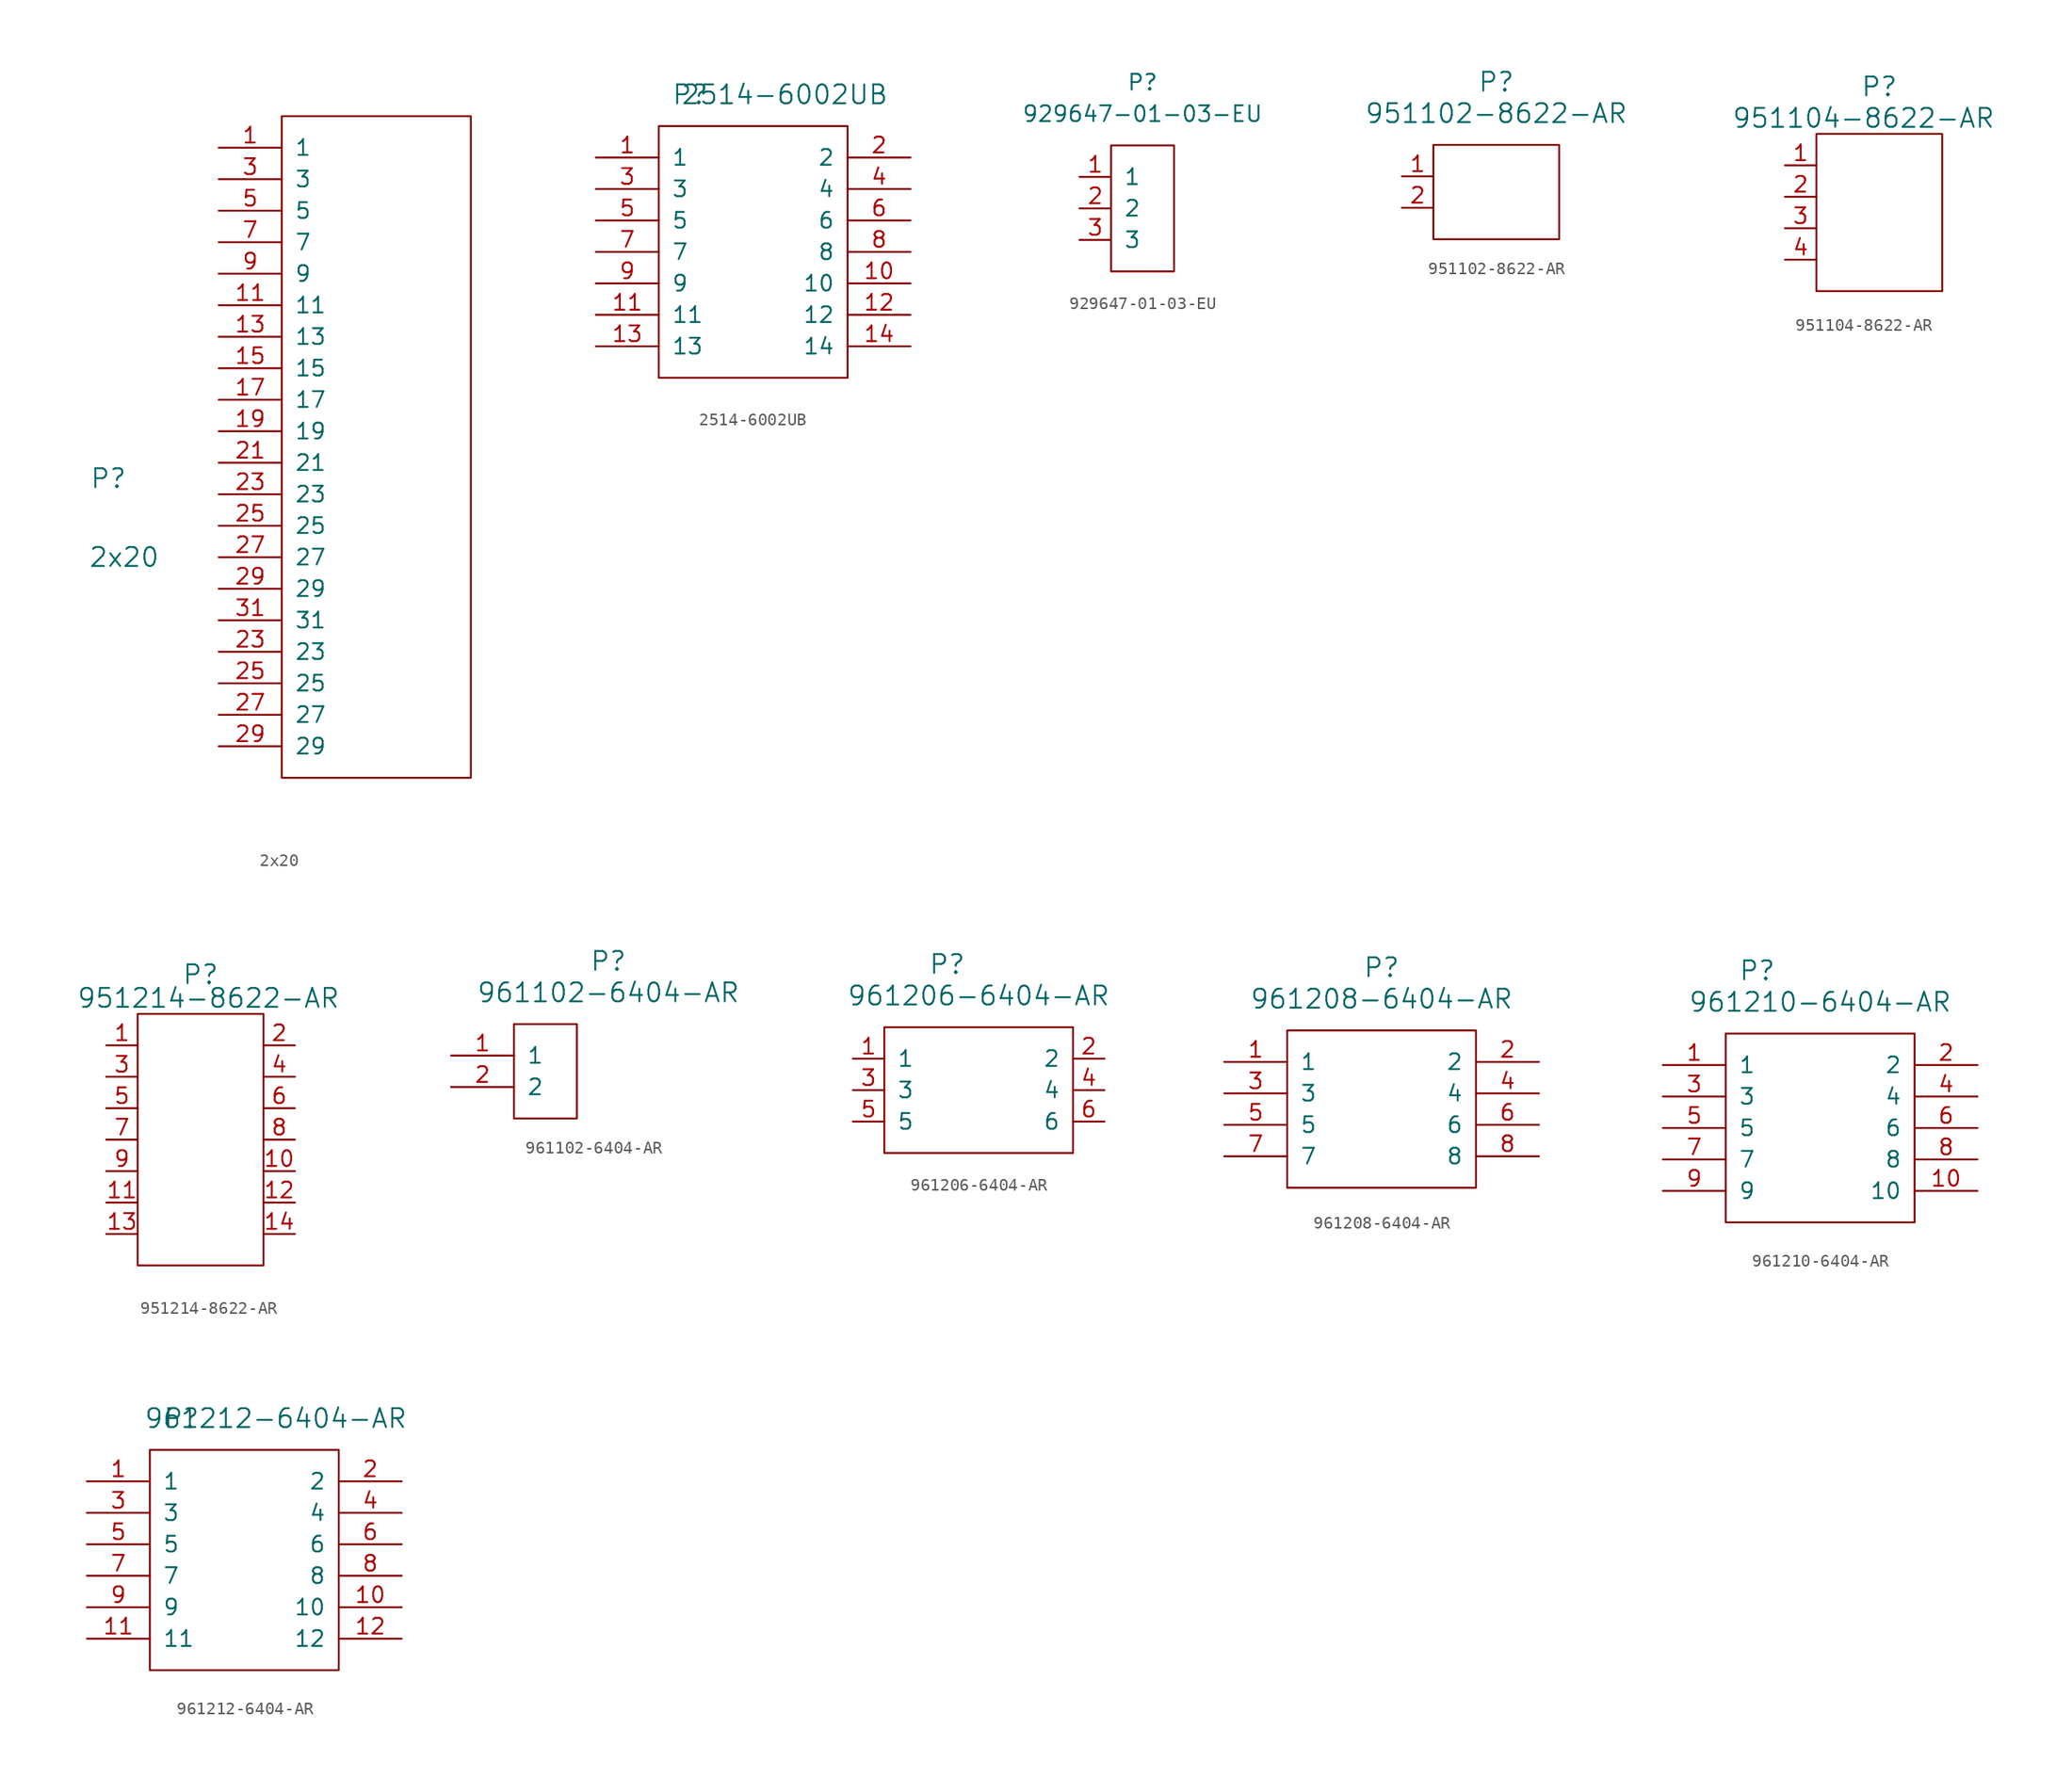
<source format=kicad_sym>
(kicad_symbol_lib
  (version 20220914)
  (generator kicad_symbol_editor)
  (symbol "2x20"
    (pin_names
      (offset 1.016))
    (property "Reference" "P"
      (at -13.97 24.13 0)
      (effects (font (size 1.524 1.524))))
    (property "Value" "2x20"
      (at -12.7 17.78 0)
      (effects (font (size 1.524 1.524))))
    (property "Footprint" ""
      (at 0 0 0)
      (effects (font (size 1.524 1.524))))
    (property "Datasheet" ""
      (at 0 0 0)
      (effects (font (size 1.524 1.524))))
    (symbol "2x20_0_1"
      (rectangle (start 0 0) (end 15.24 53.34) (stroke (width 0) (type solid)) (fill (type none))))
    (symbol "2x20_1_1"
      (pin passive line (at -5.08 50.8 0) (length 5.08) (name "1" (effects (font (size 1.27 1.27)))) (number "1" (effects (font (size 1.27 1.27)))))
      (pin passive line (at -5.08 38.1 0) (length 5.08) (name "11" (effects (font (size 1.27 1.27)))) (number "11" (effects (font (size 1.27 1.27)))))
      (pin passive line (at -5.08 35.56 0) (length 5.08) (name "13" (effects (font (size 1.27 1.27)))) (number "13" (effects (font (size 1.27 1.27)))))
      (pin input line (at -5.08 33.02 0) (length 5.08) (name "15" (effects (font (size 1.27 1.27)))) (number "15" (effects (font (size 1.27 1.27)))))
      (pin passive line (at -5.08 30.48 0) (length 5.08) (name "17" (effects (font (size 1.27 1.27)))) (number "17" (effects (font (size 1.27 1.27)))))
      (pin input line (at -5.08 27.94 0) (length 5.08) (name "19" (effects (font (size 1.27 1.27)))) (number "19" (effects (font (size 1.27 1.27)))))
      (pin passive line (at -5.08 25.4 0) (length 5.08) (name "21" (effects (font (size 1.27 1.27)))) (number "21" (effects (font (size 1.27 1.27)))))
      (pin passive line (at -5.08 10.16 0) (length 5.08) (name "23" (effects (font (size 1.27 1.27)))) (number "23" (effects (font (size 1.27 1.27)))))
      (pin passive line (at -5.08 22.86 0) (length 5.08) (name "23" (effects (font (size 1.27 1.27)))) (number "23" (effects (font (size 1.27 1.27)))))
      (pin passive line (at -5.08 7.62 0) (length 5.08) (name "25" (effects (font (size 1.27 1.27)))) (number "25" (effects (font (size 1.27 1.27)))))
      (pin passive line (at -5.08 20.32 0) (length 5.08) (name "25" (effects (font (size 1.27 1.27)))) (number "25" (effects (font (size 1.27 1.27)))))
      (pin passive line (at -5.08 5.08 0) (length 5.08) (name "27" (effects (font (size 1.27 1.27)))) (number "27" (effects (font (size 1.27 1.27)))))
      (pin passive line (at -5.08 17.78 0) (length 5.08) (name "27" (effects (font (size 1.27 1.27)))) (number "27" (effects (font (size 1.27 1.27)))))
      (pin passive line (at -5.08 2.54 0) (length 5.08) (name "29" (effects (font (size 1.27 1.27)))) (number "29" (effects (font (size 1.27 1.27)))))
      (pin passive line (at -5.08 15.24 0) (length 5.08) (name "29" (effects (font (size 1.27 1.27)))) (number "29" (effects (font (size 1.27 1.27)))))
      (pin passive line (at -5.08 48.26 0) (length 5.08) (name "3" (effects (font (size 1.27 1.27)))) (number "3" (effects (font (size 1.27 1.27)))))
      (pin passive line (at -5.08 12.7 0) (length 5.08) (name "31" (effects (font (size 1.27 1.27)))) (number "31" (effects (font (size 1.27 1.27)))))
      (pin passive line (at -5.08 45.72 0) (length 5.08) (name "5" (effects (font (size 1.27 1.27)))) (number "5" (effects (font (size 1.27 1.27)))))
      (pin passive line (at -5.08 43.18 0) (length 5.08) (name "7" (effects (font (size 1.27 1.27)))) (number "7" (effects (font (size 1.27 1.27)))))
      (pin passive line (at -5.08 40.64 0) (length 5.08) (name "9" (effects (font (size 1.27 1.27)))) (number "9" (effects (font (size 1.27 1.27)))))))
  (symbol "2514-6002UB"
    (pin_names
      (offset 1.016))
    (property "Reference" "P"
      (at 2.54 22.86 0)
      (effects (font (size 1.524 1.524))))
    (property "Value" "2514-6002UB"
      (at 10.16 22.86 0)
      (effects (font (size 1.524 1.524))))
    (symbol "2514-6002UB_0_1"
      (rectangle (start 0 0) (end 15.24 20.32) (stroke (width 0) (type solid)) (fill (type none))))
    (symbol "2514-6002UB_1_1"
      (pin passive line (at -5.08 17.78 0) (length 5.08) (name "1" (effects (font (size 1.27 1.27)))) (number "1" (effects (font (size 1.27 1.27)))))
      (pin passive line (at 20.32 7.62 180) (length 5.08) (name "10" (effects (font (size 1.27 1.27)))) (number "10" (effects (font (size 1.27 1.27)))))
      (pin passive line (at -5.08 5.08 0) (length 5.08) (name "11" (effects (font (size 1.27 1.27)))) (number "11" (effects (font (size 1.27 1.27)))))
      (pin passive line (at 20.32 5.08 180) (length 5.08) (name "12" (effects (font (size 1.27 1.27)))) (number "12" (effects (font (size 1.27 1.27)))))
      (pin passive line (at -5.08 2.54 0) (length 5.08) (name "13" (effects (font (size 1.27 1.27)))) (number "13" (effects (font (size 1.27 1.27)))))
      (pin passive line (at 20.32 2.54 180) (length 5.08) (name "14" (effects (font (size 1.27 1.27)))) (number "14" (effects (font (size 1.27 1.27)))))
      (pin passive line (at 20.32 17.78 180) (length 5.08) (name "2" (effects (font (size 1.27 1.27)))) (number "2" (effects (font (size 1.27 1.27)))))
      (pin passive line (at -5.08 15.24 0) (length 5.08) (name "3" (effects (font (size 1.27 1.27)))) (number "3" (effects (font (size 1.27 1.27)))))
      (pin passive line (at 20.32 15.24 180) (length 5.08) (name "4" (effects (font (size 1.27 1.27)))) (number "4" (effects (font (size 1.27 1.27)))))
      (pin passive line (at -5.08 12.7 0) (length 5.08) (name "5" (effects (font (size 1.27 1.27)))) (number "5" (effects (font (size 1.27 1.27)))))
      (pin passive line (at 20.32 12.7 180) (length 5.08) (name "6" (effects (font (size 1.27 1.27)))) (number "6" (effects (font (size 1.27 1.27)))))
      (pin passive line (at -5.08 10.16 0) (length 5.08) (name "7" (effects (font (size 1.27 1.27)))) (number "7" (effects (font (size 1.27 1.27)))))
      (pin passive line (at 20.32 10.16 180) (length 5.08) (name "8" (effects (font (size 1.27 1.27)))) (number "8" (effects (font (size 1.27 1.27)))))
      (pin passive line (at -5.08 7.62 0) (length 5.08) (name "9" (effects (font (size 1.27 1.27)))) (number "9" (effects (font (size 1.27 1.27)))))))
  (symbol "929647-01-03-EU"
    (pin_names
      (offset 1.016))
    (property "Reference" "P"
      (at 2.54 15.24 0)
      (effects (font (size 1.27 1.27))))
    (property "Value" "929647-01-03-EU"
      (at 2.54 12.7 0)
      (effects (font (size 1.27 1.27))))
    (symbol "929647-01-03-EU_0_1"
      (rectangle (start 0 0) (end 5.08 10.16) (stroke (width 0) (type solid)) (fill (type none))))
    (symbol "929647-01-03-EU_1_1"
      (pin passive line (at -2.54 7.62 0) (length 2.54) (name "1" (effects (font (size 1.27 1.27)))) (number "1" (effects (font (size 1.27 1.27)))))
      (pin passive line (at -2.54 5.08 0) (length 2.54) (name "2" (effects (font (size 1.27 1.27)))) (number "2" (effects (font (size 1.27 1.27)))))
      (pin passive line (at -2.54 2.54 0) (length 2.54) (name "3" (effects (font (size 1.27 1.27)))) (number "3" (effects (font (size 1.27 1.27)))))))
  (symbol "951102-8622-AR"
    (pin_names
      (offset 1.016) hide)
    (property "Reference" "P"
      (at 5.08 12.7 0)
      (effects (font (size 1.524 1.524))))
    (property "Value" "951102-8622-AR"
      (at 5.08 10.16 0)
      (effects (font (size 1.524 1.524))))
    (symbol "951102-8622-AR_0_1"
      (rectangle (start 0 0) (end 10.16 7.62) (stroke (width 0) (type solid)) (fill (type none))))
    (symbol "951102-8622-AR_1_1"
      (pin passive line (at -2.54 5.08 0) (length 2.54) (name "1" (effects (font (size 1.27 1.27)))) (number "1" (effects (font (size 1.27 1.27)))))
      (pin passive line (at -2.54 2.54 0) (length 2.54) (name "2" (effects (font (size 1.27 1.27)))) (number "2" (effects (font (size 1.27 1.27)))))))
  (symbol "951104-8622-AR"
    (pin_names
      (offset 1.016) hide)
    (property "Reference" "P"
      (at 5.08 16.51 0)
      (effects (font (size 1.524 1.524))))
    (property "Value" "951104-8622-AR"
      (at 3.81 13.97 0)
      (effects (font (size 1.524 1.524))))
    (symbol "951104-8622-AR_0_1"
      (rectangle (start 0 0) (end 10.16 12.7) (stroke (width 0) (type solid)) (fill (type none))))
    (symbol "951104-8622-AR_1_1"
      (pin passive line (at -2.54 10.16 0) (length 2.54) (name "1" (effects (font (size 1.27 1.27)))) (number "1" (effects (font (size 1.27 1.27)))))
      (pin passive line (at -2.54 7.62 0) (length 2.54) (name "2" (effects (font (size 1.27 1.27)))) (number "2" (effects (font (size 1.27 1.27)))))
      (pin passive line (at -2.54 5.08 0) (length 2.54) (name "3" (effects (font (size 1.27 1.27)))) (number "3" (effects (font (size 1.27 1.27)))))
      (pin passive line (at -2.54 2.54 0) (length 2.54) (name "4" (effects (font (size 1.27 1.27)))) (number "4" (effects (font (size 1.27 1.27)))))))
  (symbol "951214-8622-AR"
    (pin_names
      (offset 1.016) hide)
    (property "Reference" "P"
      (at 5.08 23.495 0)
      (effects (font (size 1.524 1.524))))
    (property "Value" "951214-8622-AR"
      (at 5.715 21.59 0)
      (effects (font (size 1.524 1.524))))
    (symbol "951214-8622-AR_0_1"
      (rectangle (start 0 0) (end 10.16 20.32) (stroke (width 0) (type solid)) (fill (type none))))
    (symbol "951214-8622-AR_1_1"
      (pin passive line (at -2.54 17.78 0) (length 2.54) (name "1" (effects (font (size 1.27 1.27)))) (number "1" (effects (font (size 1.27 1.27)))))
      (pin passive line (at 12.7 7.62 180) (length 2.54) (name "10" (effects (font (size 1.27 1.27)))) (number "10" (effects (font (size 1.27 1.27)))))
      (pin passive line (at -2.54 5.08 0) (length 2.54) (name "11" (effects (font (size 1.27 1.27)))) (number "11" (effects (font (size 1.27 1.27)))))
      (pin passive line (at 12.7 5.08 180) (length 2.54) (name "12" (effects (font (size 1.27 1.27)))) (number "12" (effects (font (size 1.27 1.27)))))
      (pin passive line (at -2.54 2.54 0) (length 2.54) (name "13" (effects (font (size 1.27 1.27)))) (number "13" (effects (font (size 1.27 1.27)))))
      (pin passive line (at 12.7 2.54 180) (length 2.54) (name "14" (effects (font (size 1.27 1.27)))) (number "14" (effects (font (size 1.27 1.27)))))
      (pin passive line (at 12.7 17.78 180) (length 2.54) (name "2" (effects (font (size 1.27 1.27)))) (number "2" (effects (font (size 1.27 1.27)))))
      (pin passive line (at -2.54 15.24 0) (length 2.54) (name "3" (effects (font (size 1.27 1.27)))) (number "3" (effects (font (size 1.27 1.27)))))
      (pin passive line (at 12.7 15.24 180) (length 2.54) (name "4" (effects (font (size 1.27 1.27)))) (number "4" (effects (font (size 1.27 1.27)))))
      (pin passive line (at -2.54 12.7 0) (length 2.54) (name "5" (effects (font (size 1.27 1.27)))) (number "5" (effects (font (size 1.27 1.27)))))
      (pin passive line (at 12.7 12.7 180) (length 2.54) (name "6" (effects (font (size 1.27 1.27)))) (number "6" (effects (font (size 1.27 1.27)))))
      (pin passive line (at -2.54 10.16 0) (length 2.54) (name "7" (effects (font (size 1.27 1.27)))) (number "7" (effects (font (size 1.27 1.27)))))
      (pin passive line (at 12.7 10.16 180) (length 2.54) (name "8" (effects (font (size 1.27 1.27)))) (number "8" (effects (font (size 1.27 1.27)))))
      (pin passive line (at -2.54 7.62 0) (length 2.54) (name "9" (effects (font (size 1.27 1.27)))) (number "9" (effects (font (size 1.27 1.27)))))))
  (symbol "961102-6404-AR"
    (pin_names
      (offset 1.016))
    (property "Reference" "P"
      (at 7.62 12.7 0)
      (effects (font (size 1.524 1.524))))
    (property "Value" "961102-6404-AR"
      (at 7.62 10.16 0)
      (effects (font (size 1.524 1.524))))
    (symbol "961102-6404-AR_0_1"
      (rectangle (start 0 0) (end 5.08 7.62) (stroke (width 0) (type solid)) (fill (type none))))
    (symbol "961102-6404-AR_1_1"
      (pin passive line (at -5.08 5.08 0) (length 5.08) (name "1" (effects (font (size 1.27 1.27)))) (number "1" (effects (font (size 1.27 1.27)))))
      (pin passive line (at -5.08 2.54 0) (length 5.08) (name "2" (effects (font (size 1.27 1.27)))) (number "2" (effects (font (size 1.27 1.27)))))))
  (symbol "961206-6404-AR"
    (pin_names
      (offset 1.016))
    (property "Reference" "P"
      (at 5.08 15.24 0)
      (effects (font (size 1.524 1.524))))
    (property "Value" "961206-6404-AR"
      (at 7.62 12.7 0)
      (effects (font (size 1.524 1.524))))
    (symbol "961206-6404-AR_0_1"
      (rectangle (start 0 0) (end 15.24 10.16) (stroke (width 0) (type solid)) (fill (type none))))
    (symbol "961206-6404-AR_1_1"
      (pin passive line (at -2.54 7.62 0) (length 2.54) (name "1" (effects (font (size 1.27 1.27)))) (number "1" (effects (font (size 1.27 1.27)))))
      (pin passive line (at 17.78 7.62 180) (length 2.54) (name "2" (effects (font (size 1.27 1.27)))) (number "2" (effects (font (size 1.27 1.27)))))
      (pin passive line (at -2.54 5.08 0) (length 2.54) (name "3" (effects (font (size 1.27 1.27)))) (number "3" (effects (font (size 1.27 1.27)))))
      (pin passive line (at 17.78 5.08 180) (length 2.54) (name "4" (effects (font (size 1.27 1.27)))) (number "4" (effects (font (size 1.27 1.27)))))
      (pin passive line (at -2.54 2.54 0) (length 2.54) (name "5" (effects (font (size 1.27 1.27)))) (number "5" (effects (font (size 1.27 1.27)))))
      (pin passive line (at 17.78 2.54 180) (length 2.54) (name "6" (effects (font (size 1.27 1.27)))) (number "6" (effects (font (size 1.27 1.27)))))))
  (symbol "961208-6404-AR"
    (pin_names
      (offset 1.016))
    (property "Reference" "P"
      (at 7.62 17.78 0)
      (effects (font (size 1.524 1.524))))
    (property "Value" "961208-6404-AR"
      (at 7.62 15.24 0)
      (effects (font (size 1.524 1.524))))
    (symbol "961208-6404-AR_0_1"
      (rectangle (start 0 0) (end 15.24 12.7) (stroke (width 0) (type solid)) (fill (type none))))
    (symbol "961208-6404-AR_1_1"
      (pin passive line (at -5.08 10.16 0) (length 5.08) (name "1" (effects (font (size 1.27 1.27)))) (number "1" (effects (font (size 1.27 1.27)))))
      (pin passive line (at 20.32 10.16 180) (length 5.08) (name "2" (effects (font (size 1.27 1.27)))) (number "2" (effects (font (size 1.27 1.27)))))
      (pin passive line (at -5.08 7.62 0) (length 5.08) (name "3" (effects (font (size 1.27 1.27)))) (number "3" (effects (font (size 1.27 1.27)))))
      (pin passive line (at 20.32 7.62 180) (length 5.08) (name "4" (effects (font (size 1.27 1.27)))) (number "4" (effects (font (size 1.27 1.27)))))
      (pin passive line (at -5.08 5.08 0) (length 5.08) (name "5" (effects (font (size 1.27 1.27)))) (number "5" (effects (font (size 1.27 1.27)))))
      (pin passive line (at 20.32 5.08 180) (length 5.08) (name "6" (effects (font (size 1.27 1.27)))) (number "6" (effects (font (size 1.27 1.27)))))
      (pin passive line (at -5.08 2.54 0) (length 5.08) (name "7" (effects (font (size 1.27 1.27)))) (number "7" (effects (font (size 1.27 1.27)))))
      (pin passive line (at 20.32 2.54 180) (length 5.08) (name "8" (effects (font (size 1.27 1.27)))) (number "8" (effects (font (size 1.27 1.27)))))))
  (symbol "961210-6404-AR"
    (pin_names
      (offset 1.016))
    (property "Reference" "P"
      (at 2.54 20.32 0)
      (effects (font (size 1.524 1.524))))
    (property "Value" "961210-6404-AR"
      (at 7.62 17.78 0)
      (effects (font (size 1.524 1.524))))
    (symbol "961210-6404-AR_0_1"
      (rectangle (start 0 0) (end 15.24 15.24) (stroke (width 0) (type solid)) (fill (type none))))
    (symbol "961210-6404-AR_1_1"
      (pin passive line (at -5.08 12.7 0) (length 5.08) (name "1" (effects (font (size 1.27 1.27)))) (number "1" (effects (font (size 1.27 1.27)))))
      (pin passive line (at 20.32 2.54 180) (length 5.08) (name "10" (effects (font (size 1.27 1.27)))) (number "10" (effects (font (size 1.27 1.27)))))
      (pin passive line (at 20.32 12.7 180) (length 5.08) (name "2" (effects (font (size 1.27 1.27)))) (number "2" (effects (font (size 1.27 1.27)))))
      (pin passive line (at -5.08 10.16 0) (length 5.08) (name "3" (effects (font (size 1.27 1.27)))) (number "3" (effects (font (size 1.27 1.27)))))
      (pin passive line (at 20.32 10.16 180) (length 5.08) (name "4" (effects (font (size 1.27 1.27)))) (number "4" (effects (font (size 1.27 1.27)))))
      (pin passive line (at -5.08 7.62 0) (length 5.08) (name "5" (effects (font (size 1.27 1.27)))) (number "5" (effects (font (size 1.27 1.27)))))
      (pin passive line (at 20.32 7.62 180) (length 5.08) (name "6" (effects (font (size 1.27 1.27)))) (number "6" (effects (font (size 1.27 1.27)))))
      (pin passive line (at -5.08 5.08 0) (length 5.08) (name "7" (effects (font (size 1.27 1.27)))) (number "7" (effects (font (size 1.27 1.27)))))
      (pin passive line (at 20.32 5.08 180) (length 5.08) (name "8" (effects (font (size 1.27 1.27)))) (number "8" (effects (font (size 1.27 1.27)))))
      (pin passive line (at -5.08 2.54 0) (length 5.08) (name "9" (effects (font (size 1.27 1.27)))) (number "9" (effects (font (size 1.27 1.27)))))))
  (symbol "961212-6404-AR"
    (pin_names
      (offset 1.016))
    (property "Reference" "P"
      (at 2.54 20.32 0)
      (effects (font (size 1.524 1.524))))
    (property "Value" "961212-6404-AR"
      (at 10.16 20.32 0)
      (effects (font (size 1.524 1.524))))
    (symbol "961212-6404-AR_0_1"
      (rectangle (start 0 0) (end 15.24 17.78) (stroke (width 0) (type solid)) (fill (type none))))
    (symbol "961212-6404-AR_1_1"
      (pin passive line (at -5.08 15.24 0) (length 5.08) (name "1" (effects (font (size 1.27 1.27)))) (number "1" (effects (font (size 1.27 1.27)))))
      (pin passive line (at 20.32 5.08 180) (length 5.08) (name "10" (effects (font (size 1.27 1.27)))) (number "10" (effects (font (size 1.27 1.27)))))
      (pin passive line (at -5.08 2.54 0) (length 5.08) (name "11" (effects (font (size 1.27 1.27)))) (number "11" (effects (font (size 1.27 1.27)))))
      (pin passive line (at 20.32 2.54 180) (length 5.08) (name "12" (effects (font (size 1.27 1.27)))) (number "12" (effects (font (size 1.27 1.27)))))
      (pin passive line (at 20.32 15.24 180) (length 5.08) (name "2" (effects (font (size 1.27 1.27)))) (number "2" (effects (font (size 1.27 1.27)))))
      (pin passive line (at -5.08 12.7 0) (length 5.08) (name "3" (effects (font (size 1.27 1.27)))) (number "3" (effects (font (size 1.27 1.27)))))
      (pin passive line (at 20.32 12.7 180) (length 5.08) (name "4" (effects (font (size 1.27 1.27)))) (number "4" (effects (font (size 1.27 1.27)))))
      (pin passive line (at -5.08 10.16 0) (length 5.08) (name "5" (effects (font (size 1.27 1.27)))) (number "5" (effects (font (size 1.27 1.27)))))
      (pin passive line (at 20.32 10.16 180) (length 5.08) (name "6" (effects (font (size 1.27 1.27)))) (number "6" (effects (font (size 1.27 1.27)))))
      (pin passive line (at -5.08 7.62 0) (length 5.08) (name "7" (effects (font (size 1.27 1.27)))) (number "7" (effects (font (size 1.27 1.27)))))
      (pin passive line (at 20.32 7.62 180) (length 5.08) (name "8" (effects (font (size 1.27 1.27)))) (number "8" (effects (font (size 1.27 1.27)))))
      (pin passive line (at -5.08 5.08 0) (length 5.08) (name "9" (effects (font (size 1.27 1.27)))) (number "9" (effects (font (size 1.27 1.27))))))))
</source>
